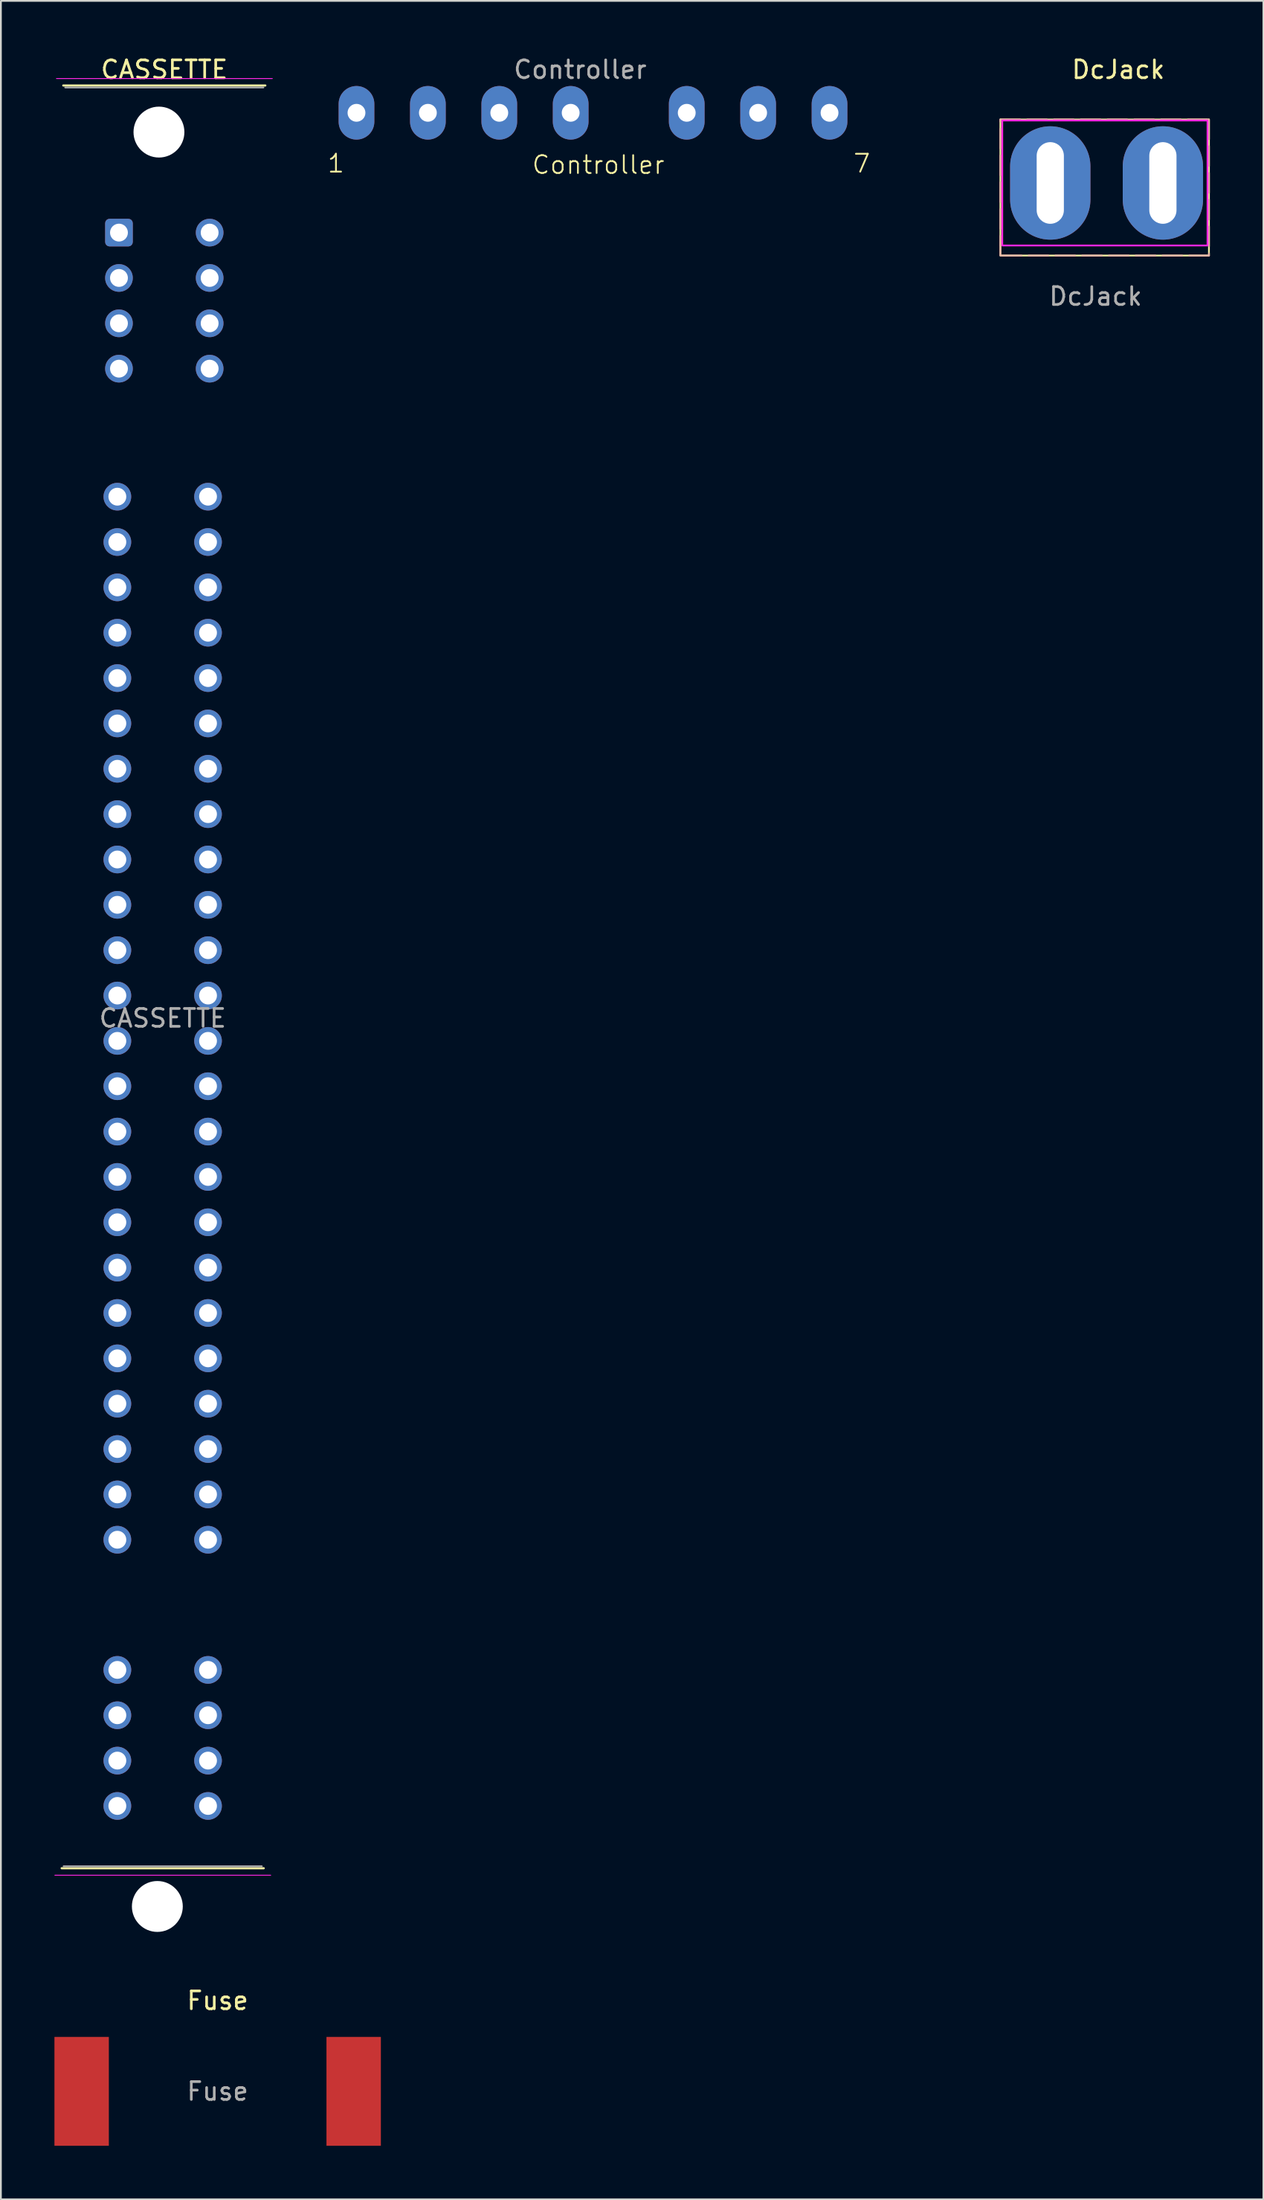
<source format=kicad_pcb>
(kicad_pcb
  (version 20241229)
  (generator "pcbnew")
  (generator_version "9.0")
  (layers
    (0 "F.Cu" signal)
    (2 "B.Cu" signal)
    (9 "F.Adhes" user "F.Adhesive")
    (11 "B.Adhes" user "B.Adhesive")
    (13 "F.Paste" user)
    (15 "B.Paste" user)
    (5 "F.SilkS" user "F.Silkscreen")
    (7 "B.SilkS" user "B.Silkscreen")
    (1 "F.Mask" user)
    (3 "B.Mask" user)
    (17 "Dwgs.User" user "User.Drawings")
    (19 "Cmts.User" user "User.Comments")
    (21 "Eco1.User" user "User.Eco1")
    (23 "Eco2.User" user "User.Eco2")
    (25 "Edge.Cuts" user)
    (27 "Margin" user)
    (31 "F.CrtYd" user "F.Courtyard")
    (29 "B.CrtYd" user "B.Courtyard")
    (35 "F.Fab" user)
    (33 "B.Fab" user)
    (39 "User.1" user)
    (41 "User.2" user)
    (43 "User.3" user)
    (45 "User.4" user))
  (footprint "DcJack"
    (layer "F.Cu")
    (at 59.601 7.198)
    (property "Reference" "DcJack" (at 0 -6.35 0) (unlocked yes) (layer "F.SilkS") (effects (font (size 1 1) (thickness 0.15))))
    (attr through_hole)
    (fp_rect (start -6.604 -3.556) (end 5.08 4.064) (stroke (width 0.1) (type default)) (fill no) (layer "F.SilkS"))
    (fp_rect (start -6.604 -3.556) (end 5.08 4.064) (stroke (width 0.1) (type dash)) (fill no) (layer "B.SilkS"))
    (fp_rect (start -6.5 -3.5) (end 5 3.5) (stroke (width 0.1) (type solid)) (fill no) (layer "F.CrtYd"))
    (fp_rect (start 2.54 5.08) (end -10.795 -5.08) (stroke (width 0.12) (type solid)) (fill no) (layer "User.2"))
    (fp_text user "${REFERENCE}" (at -1.27 6.35 0) (unlocked yes) (layer "F.Fab") (effects (font (size 1 1) (thickness 0.15))))
    (pad "1" thru_hole oval (at -3.81 0) (size 4.5 6.35) (drill oval 1.524 4.572) (layers "*.Cu" "*.Mask"))
    (pad "2" thru_hole oval (at 2.5 0) (size 4.5 6.35) (drill oval 1.524 4.572) (layers "*.Cu" "*.Mask")))
  (footprint "Fuse"
    (layer "F.Cu")
    (at 9.144 114.082)
    (property "Reference" "Fuse" (at 0 -5.08 0) (unlocked yes) (layer "F.SilkS") (effects (font (size 1 1) (thickness 0.15))))
    (attr smd)
    (fp_text user "${REFERENCE}" (at 0 0 0) (unlocked yes) (layer "F.Fab") (effects (font (size 1 1) (thickness 0.15))))
    (pad "1" smd rect (at -7.62 0) (size 3.048 6.096) (layers "F.Cu" "F.Mask" "F.Paste"))
    (pad "2" smd rect (at 7.62 0) (size 3.048 6.096) (layers "F.Cu" "F.Mask" "F.Paste")))
  (footprint "Controller"
    (layer "F.Cu")
    (at 29.454 3.134)
    (property "Reference" "Controller" (at 1.016 3.048 0) (unlocked yes) (layer "F.SilkS") (effects (font (size 1 1) (thickness 0.1))))
    (attr through_hole)
    (fp_text user "7" (at 15.24 3.556 0) (unlocked yes) (layer "F.SilkS") (effects (font (size 1 1) (thickness 0.1)) (justify left bottom)))
    (fp_text user "1" (at -14.224 3.556 0) (unlocked yes) (layer "F.SilkS") (effects (font (size 1 1) (thickness 0.1)) (justify left bottom)))
    (fp_text user "${REFERENCE}" (at 0 -2.286 0) (unlocked yes) (layer "F.Fab") (effects (font (size 1 1) (thickness 0.15))))
    (pad "1" thru_hole oval (at -12.532 0.134) (size 2 3) (drill 1) (layers "*.Cu" "*.Mask"))
    (pad "2" thru_hole oval (at -8.532 0.134) (size 2 3) (drill 1) (layers "*.Cu" "*.Mask"))
    (pad "3" thru_hole oval (at -4.532 0.134) (size 2 3) (drill 1) (layers "*.Cu" "*.Mask"))
    (pad "4" thru_hole oval (at -0.532 0.134) (size 2 3) (drill 1) (layers "*.Cu" "*.Mask"))
    (pad "5" thru_hole oval (at 5.97 0.134) (size 2 3) (drill 1) (layers "*.Cu" "*.Mask"))
    (pad "6" thru_hole oval (at 9.97 0.134) (size 2 3) (drill 1) (layers "*.Cu" "*.Mask"))
    (pad "7" thru_hole oval (at 13.97 0.134) (size 2 3) (drill 1) (layers "*.Cu" "*.Mask")))
  (footprint "CASSETTE"
    (layer "F.Cu")
    (at 3.615 9.978)
    (property "Reference" "CASSETTE" (at 2.54 -9.13 0) (layer "F.SilkS") (effects (font (size 1 1) (thickness 0.15))))
    (attr through_hole)
    (fp_line (start -3.12 -8.24) (end 8.2 -8.24) (stroke (width 0.12) (type solid)) (layer "F.SilkS"))
    (fp_line (start 8.11 91.61) (end -3.21 91.61) (stroke (width 0.12) (type solid)) (layer "F.SilkS"))
    (fp_line (start -3.5 -8.63) (end 8.59 -8.63) (stroke (width 0.05) (type solid)) (layer "F.CrtYd"))
    (fp_line (start 8.5 92) (end -3.59 92) (stroke (width 0.05) (type solid)) (layer "F.CrtYd"))
    (fp_line (start -3.01 -8.13) (end 8.09 -8.13) (stroke (width 0.1) (type solid)) (layer "F.Fab"))
    (fp_line (start 8 91.5) (end -3.1 91.5) (stroke (width 0.1) (type solid)) (layer "F.Fab"))
    (fp_text user "${REFERENCE}" (at 2.45 44 0) (layer "F.Fab") (effects (font (size 1 1) (thickness 0.15))))
    (pad "" np_thru_hole circle (at 2.15 93.75) (size 2.85 2.85) (drill 2.85) (layers "*.Cu" "*.Mask"))
    (pad "" np_thru_hole circle (at 2.24 -5.63) (size 2.85 2.85) (drill 2.85) (layers "*.Cu" "*.Mask"))
    (pad "a1" thru_hole roundrect (at 0 0) (size 1.55 1.55) (drill 1) (layers "*.Cu" "*.Mask") (roundrect_rratio 0.161))
    (pad "a2" thru_hole circle (at 0 2.54) (size 1.55 1.55) (drill 1) (layers "*.Cu" "*.Mask"))
    (pad "a3" thru_hole circle (at 0 5.08) (size 1.55 1.55) (drill 1) (layers "*.Cu" "*.Mask"))
    (pad "a4" thru_hole circle (at 0 7.62) (size 1.55 1.55) (drill 1) (layers "*.Cu" "*.Mask"))
    (pad "a5" thru_hole circle (at -0.09 14.79) (size 1.55 1.55) (drill 1) (layers "*.Cu" "*.Mask"))
    (pad "a6" thru_hole circle (at -0.09 17.33) (size 1.55 1.55) (drill 1) (layers "*.Cu" "*.Mask"))
    (pad "a7" thru_hole circle (at -0.09 19.87) (size 1.55 1.55) (drill 1) (layers "*.Cu" "*.Mask"))
    (pad "a8" thru_hole circle (at -0.09 22.41) (size 1.55 1.55) (drill 1) (layers "*.Cu" "*.Mask"))
    (pad "a9" thru_hole circle (at -0.09 24.95) (size 1.55 1.55) (drill 1) (layers "*.Cu" "*.Mask"))
    (pad "a10" thru_hole circle (at -0.09 27.49) (size 1.55 1.55) (drill 1) (layers "*.Cu" "*.Mask"))
    (pad "a11" thru_hole circle (at -0.09 30.03) (size 1.55 1.55) (drill 1) (layers "*.Cu" "*.Mask"))
    (pad "a12" thru_hole circle (at -0.09 32.57) (size 1.55 1.55) (drill 1) (layers "*.Cu" "*.Mask"))
    (pad "a13" thru_hole circle (at -0.09 35.11) (size 1.55 1.55) (drill 1) (layers "*.Cu" "*.Mask"))
    (pad "a14" thru_hole circle (at -0.09 37.65) (size 1.55 1.55) (drill 1) (layers "*.Cu" "*.Mask"))
    (pad "a15" thru_hole circle (at -0.09 40.19) (size 1.55 1.55) (drill 1) (layers "*.Cu" "*.Mask"))
    (pad "a16" thru_hole circle (at -0.09 42.73) (size 1.55 1.55) (drill 1) (layers "*.Cu" "*.Mask"))
    (pad "a17" thru_hole circle (at -0.09 45.27) (size 1.55 1.55) (drill 1) (layers "*.Cu" "*.Mask"))
    (pad "a18" thru_hole circle (at -0.09 47.81) (size 1.55 1.55) (drill 1) (layers "*.Cu" "*.Mask"))
    (pad "a19" thru_hole circle (at -0.09 50.35) (size 1.55 1.55) (drill 1) (layers "*.Cu" "*.Mask"))
    (pad "a20" thru_hole circle (at -0.09 52.89) (size 1.55 1.55) (drill 1) (layers "*.Cu" "*.Mask"))
    (pad "a21" thru_hole circle (at -0.09 55.43) (size 1.55 1.55) (drill 1) (layers "*.Cu" "*.Mask"))
    (pad "a22" thru_hole circle (at -0.09 57.97) (size 1.55 1.55) (drill 1) (layers "*.Cu" "*.Mask"))
    (pad "a23" thru_hole circle (at -0.09 60.51) (size 1.55 1.55) (drill 1) (layers "*.Cu" "*.Mask"))
    (pad "a24" thru_hole circle (at -0.09 63.05) (size 1.55 1.55) (drill 1) (layers "*.Cu" "*.Mask"))
    (pad "a25" thru_hole circle (at -0.09 65.59) (size 1.55 1.55) (drill 1) (layers "*.Cu" "*.Mask"))
    (pad "a26" thru_hole circle (at -0.09 68.13) (size 1.55 1.55) (drill 1) (layers "*.Cu" "*.Mask"))
    (pad "a27" thru_hole circle (at -0.09 70.67) (size 1.55 1.55) (drill 1) (layers "*.Cu" "*.Mask"))
    (pad "a28" thru_hole circle (at -0.09 73.21) (size 1.55 1.55) (drill 1) (layers "*.Cu" "*.Mask"))
    (pad "a29" thru_hole circle (at -0.09 80.5) (size 1.55 1.55) (drill 1) (layers "*.Cu" "*.Mask"))
    (pad "a30" thru_hole circle (at -0.09 83.04) (size 1.55 1.55) (drill 1) (layers "*.Cu" "*.Mask"))
    (pad "a31" thru_hole circle (at -0.09 85.58) (size 1.55 1.55) (drill 1) (layers "*.Cu" "*.Mask"))
    (pad "a32" thru_hole circle (at -0.09 88.12) (size 1.55 1.55) (drill 1) (layers "*.Cu" "*.Mask"))
    (pad "c1" thru_hole circle (at 5.08 0) (size 1.55 1.55) (drill 1) (layers "*.Cu" "*.Mask"))
    (pad "c2" thru_hole circle (at 5.08 2.54) (size 1.55 1.55) (drill 1) (layers "*.Cu" "*.Mask"))
    (pad "c3" thru_hole circle (at 5.08 5.08) (size 1.55 1.55) (drill 1) (layers "*.Cu" "*.Mask"))
    (pad "c4" thru_hole circle (at 5.08 7.62) (size 1.55 1.55) (drill 1) (layers "*.Cu" "*.Mask"))
    (pad "c5" thru_hole circle (at 4.99 14.79) (size 1.55 1.55) (drill 1) (layers "*.Cu" "*.Mask"))
    (pad "c6" thru_hole circle (at 4.99 17.33) (size 1.55 1.55) (drill 1) (layers "*.Cu" "*.Mask"))
    (pad "c7" thru_hole circle (at 4.99 19.87) (size 1.55 1.55) (drill 1) (layers "*.Cu" "*.Mask"))
    (pad "c8" thru_hole circle (at 4.99 22.41) (size 1.55 1.55) (drill 1) (layers "*.Cu" "*.Mask"))
    (pad "c9" thru_hole circle (at 4.99 24.95) (size 1.55 1.55) (drill 1) (layers "*.Cu" "*.Mask"))
    (pad "c10" thru_hole circle (at 4.99 27.49) (size 1.55 1.55) (drill 1) (layers "*.Cu" "*.Mask"))
    (pad "c11" thru_hole circle (at 4.99 30.03) (size 1.55 1.55) (drill 1) (layers "*.Cu" "*.Mask"))
    (pad "c12" thru_hole circle (at 4.99 32.57) (size 1.55 1.55) (drill 1) (layers "*.Cu" "*.Mask"))
    (pad "c13" thru_hole circle (at 4.99 35.11) (size 1.55 1.55) (drill 1) (layers "*.Cu" "*.Mask"))
    (pad "c14" thru_hole circle (at 4.99 37.65) (size 1.55 1.55) (drill 1) (layers "*.Cu" "*.Mask"))
    (pad "c15" thru_hole circle (at 4.99 40.19) (size 1.55 1.55) (drill 1) (layers "*.Cu" "*.Mask"))
    (pad "c16" thru_hole circle (at 4.99 42.73) (size 1.55 1.55) (drill 1) (layers "*.Cu" "*.Mask"))
    (pad "c17" thru_hole circle (at 4.99 45.27) (size 1.55 1.55) (drill 1) (layers "*.Cu" "*.Mask"))
    (pad "c18" thru_hole circle (at 4.99 47.81) (size 1.55 1.55) (drill 1) (layers "*.Cu" "*.Mask"))
    (pad "c19" thru_hole circle (at 4.99 50.35) (size 1.55 1.55) (drill 1) (layers "*.Cu" "*.Mask"))
    (pad "c20" thru_hole circle (at 4.99 52.89) (size 1.55 1.55) (drill 1) (layers "*.Cu" "*.Mask"))
    (pad "c21" thru_hole circle (at 4.99 55.43) (size 1.55 1.55) (drill 1) (layers "*.Cu" "*.Mask"))
    (pad "c22" thru_hole circle (at 4.99 57.97) (size 1.55 1.55) (drill 1) (layers "*.Cu" "*.Mask"))
    (pad "c23" thru_hole circle (at 4.99 60.51) (size 1.55 1.55) (drill 1) (layers "*.Cu" "*.Mask"))
    (pad "c24" thru_hole circle (at 4.99 63.05) (size 1.55 1.55) (drill 1) (layers "*.Cu" "*.Mask"))
    (pad "c25" thru_hole circle (at 4.99 65.59) (size 1.55 1.55) (drill 1) (layers "*.Cu" "*.Mask"))
    (pad "c26" thru_hole circle (at 4.99 68.13) (size 1.55 1.55) (drill 1) (layers "*.Cu" "*.Mask"))
    (pad "c27" thru_hole circle (at 4.99 70.67) (size 1.55 1.55) (drill 1) (layers "*.Cu" "*.Mask"))
    (pad "c28" thru_hole circle (at 4.99 73.21) (size 1.55 1.55) (drill 1) (layers "*.Cu" "*.Mask"))
    (pad "c29" thru_hole circle (at 4.99 80.5) (size 1.55 1.55) (drill 1) (layers "*.Cu" "*.Mask"))
    (pad "c30" thru_hole circle (at 4.99 83.04) (size 1.55 1.55) (drill 1) (layers "*.Cu" "*.Mask"))
    (pad "c31" thru_hole circle (at 4.99 85.58) (size 1.55 1.55) (drill 1) (layers "*.Cu" "*.Mask"))
    (pad "c32" thru_hole circle (at 4.99 88.12) (size 1.55 1.55) (drill 1) (layers "*.Cu" "*.Mask")))
  (gr_rect
    (start -3 -3)
    (end 67.731 120.129)
    (stroke (width 0.1) (type default))
    (fill no)
    (layer "Edge.Cuts")))
</source>
